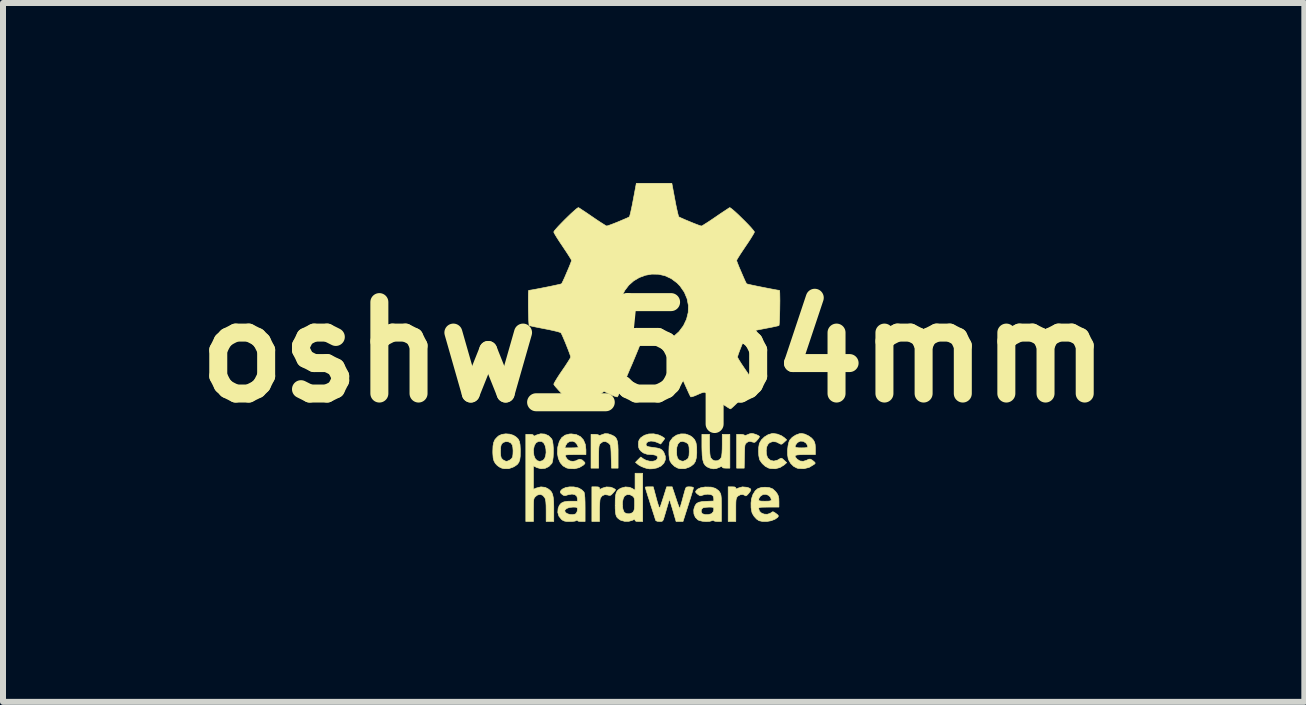
<source format=kicad_pcb>
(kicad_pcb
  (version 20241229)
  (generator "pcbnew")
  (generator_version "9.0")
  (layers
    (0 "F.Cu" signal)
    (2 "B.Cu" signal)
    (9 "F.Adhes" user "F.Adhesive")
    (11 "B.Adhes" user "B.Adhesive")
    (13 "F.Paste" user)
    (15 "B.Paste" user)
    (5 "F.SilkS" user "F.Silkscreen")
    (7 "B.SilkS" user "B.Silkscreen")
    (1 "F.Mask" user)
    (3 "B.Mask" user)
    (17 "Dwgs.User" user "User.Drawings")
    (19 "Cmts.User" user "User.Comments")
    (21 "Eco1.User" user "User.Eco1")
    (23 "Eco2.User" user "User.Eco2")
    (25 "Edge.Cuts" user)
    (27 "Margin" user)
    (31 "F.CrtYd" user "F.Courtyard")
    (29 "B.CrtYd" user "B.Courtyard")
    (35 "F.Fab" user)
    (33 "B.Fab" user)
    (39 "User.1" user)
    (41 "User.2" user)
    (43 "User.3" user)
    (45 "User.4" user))
  (footprint "oshw_5p4mm"
    (layer "F.Cu")
    (at 7.845 2.82)
    (property "Reference" "oshw_5p4mm" (at 0 0 0) (layer "F.SilkS") (effects (font (size 1.524 1.524) (thickness 0.3))))
    (attr through_hole)
    (fp_poly (pts (xy 1.347 2.246) (xy 1.366 2.256) (xy 1.369 2.265) (xy 1.372 2.278) (xy 1.385 2.277) (xy 1.41 2.265) (xy 1.479 2.245) (xy 1.555 2.252) (xy 1.578 2.259) (xy 1.61 2.274) (xy 1.62 2.293) (xy 1.609 2.32) (xy 1.581 2.357) (xy 1.553 2.386) (xy 1.535 2.395) (xy 1.522 2.388) (xy 1.488 2.372) (xy 1.445 2.376) (xy 1.406 2.397) (xy 1.399 2.403) (xy 1.387 2.418) (xy 1.379 2.436) (xy 1.373 2.462) (xy 1.37 2.502) (xy 1.369 2.56) (xy 1.369 2.629) (xy 1.369 2.822) (xy 1.242 2.822) (xy 1.242 2.244) (xy 1.305 2.244) (xy 1.347 2.246)) (stroke (width 0.01) (type solid)) (fill yes) (layer "F.SilkS"))
    (fp_poly (pts (xy -0.925 2.246) (xy -0.906 2.256) (xy -0.903 2.265) (xy -0.902 2.281) (xy -0.892 2.284) (xy -0.868 2.273) (xy -0.852 2.265) (xy -0.787 2.246) (xy -0.718 2.25) (xy -0.677 2.265) (xy -0.648 2.281) (xy -0.635 2.292) (xy -0.635 2.293) (xy -0.643 2.306) (xy -0.665 2.333) (xy -0.678 2.348) (xy -0.706 2.377) (xy -0.727 2.388) (xy -0.75 2.385) (xy -0.761 2.381) (xy -0.812 2.374) (xy -0.857 2.392) (xy -0.887 2.43) (xy -0.889 2.435) (xy -0.895 2.463) (xy -0.899 2.512) (xy -0.902 2.576) (xy -0.903 2.647) (xy -0.903 2.822) (xy -1.03 2.822) (xy -1.03 2.244) (xy -0.967 2.244) (xy -0.925 2.246)) (stroke (width 0.01) (type solid)) (fill yes) (layer "F.SilkS"))
    (fp_poly (pts (xy 1.667 1.36) (xy 1.705 1.372) (xy 1.74 1.387) (xy 1.761 1.402) (xy 1.764 1.407) (xy 1.756 1.425) (xy 1.735 1.454) (xy 1.725 1.465) (xy 1.699 1.494) (xy 1.678 1.504) (xy 1.652 1.499) (xy 1.639 1.495) (xy 1.603 1.486) (xy 1.576 1.492) (xy 1.554 1.506) (xy 1.54 1.518) (xy 1.529 1.531) (xy 1.522 1.55) (xy 1.518 1.581) (xy 1.516 1.628) (xy 1.514 1.695) (xy 1.513 1.734) (xy 1.509 1.933) (xy 1.383 1.933) (xy 1.383 1.369) (xy 1.445 1.369) (xy 1.484 1.372) (xy 1.509 1.38) (xy 1.513 1.384) (xy 1.528 1.389) (xy 1.56 1.377) (xy 1.599 1.361) (xy 1.634 1.355) (xy 1.667 1.36)) (stroke (width 0.01) (type solid)) (fill yes) (layer "F.SilkS"))
    (fp_poly (pts (xy 0.931 1.545) (xy 0.933 1.619) (xy 0.936 1.684) (xy 0.942 1.732) (xy 0.947 1.755) (xy 0.978 1.793) (xy 1.02 1.811) (xy 1.065 1.809) (xy 1.105 1.786) (xy 1.127 1.755) (xy 1.134 1.727) (xy 1.139 1.677) (xy 1.142 1.613) (xy 1.143 1.545) (xy 1.143 1.369) (xy 1.27 1.369) (xy 1.27 1.933) (xy 1.206 1.933) (xy 1.163 1.93) (xy 1.145 1.92) (xy 1.143 1.914) (xy 1.138 1.904) (xy 1.119 1.908) (xy 1.091 1.921) (xy 1.039 1.941) (xy 0.991 1.944) (xy 0.94 1.933) (xy 0.895 1.914) (xy 0.86 1.888) (xy 0.835 1.85) (xy 0.819 1.796) (xy 0.809 1.723) (xy 0.805 1.627) (xy 0.804 1.574) (xy 0.804 1.369) (xy 0.931 1.369) (xy 0.931 1.545)) (stroke (width 0.01) (type solid)) (fill yes) (layer "F.SilkS"))
    (fp_poly (pts (xy -0.759 1.36) (xy -0.696 1.382) (xy -0.66 1.401) (xy -0.634 1.422) (xy -0.616 1.452) (xy -0.603 1.493) (xy -0.596 1.549) (xy -0.593 1.627) (xy -0.593 1.714) (xy -0.593 1.933) (xy -0.702 1.933) (xy -0.708 1.741) (xy -0.71 1.664) (xy -0.713 1.61) (xy -0.717 1.574) (xy -0.723 1.55) (xy -0.733 1.534) (xy -0.748 1.52) (xy -0.754 1.514) (xy -0.8 1.489) (xy -0.846 1.492) (xy -0.889 1.522) (xy -0.893 1.526) (xy -0.903 1.542) (xy -0.91 1.566) (xy -0.914 1.601) (xy -0.916 1.654) (xy -0.917 1.73) (xy -0.917 1.744) (xy -0.917 1.933) (xy -1.044 1.933) (xy -1.044 1.369) (xy -0.982 1.369) (xy -0.943 1.372) (xy -0.918 1.38) (xy -0.915 1.384) (xy -0.9 1.389) (xy -0.868 1.377) (xy -0.814 1.358) (xy -0.759 1.36)) (stroke (width 0.01) (type solid)) (fill yes) (layer "F.SilkS"))
    (fp_poly (pts (xy 2.061 1.365) (xy 2.129 1.392) (xy 2.175 1.423) (xy 2.217 1.461) (xy 2.173 1.502) (xy 2.144 1.528) (xy 2.123 1.535) (xy 2.106 1.527) (xy 2.044 1.496) (xy 1.986 1.489) (xy 1.934 1.507) (xy 1.905 1.535) (xy 1.884 1.579) (xy 1.876 1.638) (xy 1.879 1.699) (xy 1.895 1.751) (xy 1.905 1.768) (xy 1.949 1.804) (xy 2.003 1.815) (xy 2.063 1.8) (xy 2.106 1.775) (xy 2.124 1.767) (xy 2.145 1.775) (xy 2.173 1.8) (xy 2.217 1.841) (xy 2.175 1.879) (xy 2.106 1.922) (xy 2.027 1.943) (xy 1.945 1.939) (xy 1.912 1.93) (xy 1.859 1.901) (xy 1.809 1.855) (xy 1.772 1.803) (xy 1.763 1.782) (xy 1.752 1.725) (xy 1.748 1.655) (xy 1.751 1.584) (xy 1.761 1.525) (xy 1.763 1.52) (xy 1.794 1.464) (xy 1.846 1.413) (xy 1.908 1.375) (xy 1.973 1.356) (xy 1.993 1.355) (xy 2.061 1.365)) (stroke (width 0.01) (type solid)) (fill yes) (layer "F.SilkS"))
    (fp_poly (pts (xy 0.528 1.363) (xy 0.601 1.388) (xy 0.648 1.42) (xy 0.683 1.459) (xy 0.706 1.511) (xy 0.717 1.58) (xy 0.718 1.671) (xy 0.718 1.683) (xy 0.711 1.761) (xy 0.696 1.819) (xy 0.67 1.861) (xy 0.629 1.895) (xy 0.592 1.916) (xy 0.519 1.942) (xy 0.445 1.942) (xy 0.404 1.933) (xy 0.349 1.904) (xy 0.3 1.857) (xy 0.274 1.818) (xy 0.262 1.777) (xy 0.255 1.712) (xy 0.254 1.651) (xy 0.254 1.648) (xy 0.381 1.648) (xy 0.385 1.718) (xy 0.397 1.765) (xy 0.421 1.794) (xy 0.442 1.806) (xy 0.474 1.817) (xy 0.498 1.816) (xy 0.53 1.802) (xy 0.535 1.8) (xy 0.564 1.781) (xy 0.581 1.758) (xy 0.59 1.722) (xy 0.593 1.666) (xy 0.593 1.651) (xy 0.591 1.591) (xy 0.584 1.551) (xy 0.569 1.525) (xy 0.542 1.506) (xy 0.535 1.502) (xy 0.482 1.486) (xy 0.438 1.495) (xy 0.406 1.528) (xy 0.386 1.584) (xy 0.381 1.648) (xy 0.254 1.648) (xy 0.257 1.57) (xy 0.265 1.511) (xy 0.274 1.484) (xy 0.32 1.423) (xy 0.382 1.382) (xy 0.453 1.362) (xy 0.528 1.363)) (stroke (width 0.01) (type solid)) (fill yes) (layer "F.SilkS"))
    (fp_poly (pts (xy -0.183 2.822) (xy -0.247 2.822) (xy -0.289 2.82) (xy -0.308 2.81) (xy -0.31 2.801) (xy -0.313 2.788) (xy -0.327 2.789) (xy -0.352 2.801) (xy -0.413 2.819) (xy -0.481 2.82) (xy -0.544 2.803) (xy -0.56 2.795) (xy -0.592 2.772) (xy -0.615 2.747) (xy -0.629 2.713) (xy -0.637 2.666) (xy -0.641 2.601) (xy -0.641 2.556) (xy -0.52 2.556) (xy -0.513 2.615) (xy -0.495 2.661) (xy -0.485 2.674) (xy -0.449 2.692) (xy -0.404 2.694) (xy -0.361 2.679) (xy -0.344 2.666) (xy -0.33 2.643) (xy -0.321 2.611) (xy -0.318 2.561) (xy -0.318 2.53) (xy -0.318 2.474) (xy -0.323 2.439) (xy -0.332 2.417) (xy -0.349 2.4) (xy -0.351 2.398) (xy -0.396 2.375) (xy -0.444 2.374) (xy -0.483 2.395) (xy -0.486 2.398) (xy -0.507 2.438) (xy -0.519 2.494) (xy -0.52 2.556) (xy -0.641 2.556) (xy -0.641 2.533) (xy -0.64 2.446) (xy -0.634 2.383) (xy -0.622 2.338) (xy -0.602 2.306) (xy -0.573 2.282) (xy -0.544 2.266) (xy -0.472 2.246) (xy -0.402 2.252) (xy -0.356 2.272) (xy -0.31 2.3) (xy -0.31 2.018) (xy -0.183 2.018) (xy -0.183 2.822)) (stroke (width 0.01) (type solid)) (fill yes) (layer "F.SilkS"))
    (fp_poly (pts (xy -2.4 1.366) (xy -2.341 1.384) (xy -2.33 1.39) (xy -2.286 1.419) (xy -2.256 1.451) (xy -2.237 1.49) (xy -2.227 1.543) (xy -2.223 1.615) (xy -2.223 1.651) (xy -2.224 1.734) (xy -2.232 1.794) (xy -2.248 1.838) (xy -2.274 1.872) (xy -2.314 1.9) (xy -2.343 1.916) (xy -2.417 1.942) (xy -2.49 1.942) (xy -2.531 1.933) (xy -2.571 1.914) (xy -2.607 1.888) (xy -2.64 1.852) (xy -2.662 1.812) (xy -2.675 1.763) (xy -2.68 1.698) (xy -2.681 1.677) (xy -2.553 1.677) (xy -2.549 1.728) (xy -2.54 1.764) (xy -2.539 1.766) (xy -2.512 1.794) (xy -2.472 1.815) (xy -2.451 1.819) (xy -2.432 1.814) (xy -2.401 1.8) (xy -2.4 1.8) (xy -2.369 1.775) (xy -2.351 1.747) (xy -2.345 1.7) (xy -2.343 1.643) (xy -2.347 1.588) (xy -2.355 1.548) (xy -2.382 1.512) (xy -2.423 1.493) (xy -2.469 1.491) (xy -2.512 1.507) (xy -2.539 1.537) (xy -2.548 1.57) (xy -2.553 1.62) (xy -2.553 1.677) (xy -2.681 1.677) (xy -2.681 1.647) (xy -2.678 1.564) (xy -2.666 1.503) (xy -2.644 1.455) (xy -2.607 1.415) (xy -2.578 1.391) (xy -2.529 1.37) (xy -2.466 1.361) (xy -2.4 1.366)) (stroke (width 0.01) (type solid)) (fill yes) (layer "F.SilkS"))
    (fp_poly (pts (xy -1.288 1.374) (xy -1.22 1.408) (xy -1.17 1.463) (xy -1.139 1.538) (xy -1.129 1.627) (xy -1.129 1.707) (xy -1.305 1.707) (xy -1.378 1.708) (xy -1.427 1.709) (xy -1.456 1.712) (xy -1.471 1.717) (xy -1.474 1.726) (xy -1.472 1.732) (xy -1.456 1.761) (xy -1.435 1.789) (xy -1.396 1.813) (xy -1.345 1.82) (xy -1.294 1.81) (xy -1.273 1.798) (xy -1.232 1.784) (xy -1.191 1.797) (xy -1.163 1.822) (xy -1.146 1.842) (xy -1.147 1.858) (xy -1.167 1.878) (xy -1.175 1.885) (xy -1.241 1.924) (xy -1.32 1.943) (xy -1.405 1.94) (xy -1.45 1.93) (xy -1.51 1.896) (xy -1.557 1.842) (xy -1.589 1.77) (xy -1.604 1.687) (xy -1.6 1.595) (xy -1.6 1.595) (xy -1.482 1.595) (xy -1.369 1.595) (xy -1.316 1.594) (xy -1.277 1.591) (xy -1.257 1.588) (xy -1.256 1.587) (xy -1.262 1.57) (xy -1.276 1.54) (xy -1.277 1.538) (xy -1.31 1.5) (xy -1.353 1.483) (xy -1.399 1.488) (xy -1.439 1.512) (xy -1.463 1.549) (xy -1.482 1.595) (xy -1.6 1.595) (xy -1.597 1.576) (xy -1.572 1.488) (xy -1.532 1.424) (xy -1.476 1.383) (xy -1.405 1.364) (xy -1.372 1.362) (xy -1.288 1.374)) (stroke (width 0.01) (type solid)) (fill yes) (layer "F.SilkS"))
    (fp_poly (pts (xy 0.082 1.379) (xy 0.131 1.401) (xy 0.163 1.421) (xy 0.182 1.435) (xy 0.183 1.438) (xy 0.175 1.454) (xy 0.155 1.481) (xy 0.15 1.489) (xy 0.116 1.531) (xy 0.065 1.506) (xy 0.006 1.486) (xy -0.047 1.481) (xy -0.091 1.491) (xy -0.12 1.513) (xy -0.127 1.539) (xy -0.124 1.556) (xy -0.11 1.568) (xy -0.081 1.577) (xy -0.031 1.585) (xy -0.006 1.588) (xy 0.061 1.598) (xy 0.107 1.611) (xy 0.138 1.63) (xy 0.162 1.658) (xy 0.169 1.668) (xy 0.194 1.733) (xy 0.194 1.795) (xy 0.169 1.852) (xy 0.123 1.897) (xy 0.058 1.928) (xy 0.041 1.932) (xy -0.02 1.943) (xy -0.068 1.945) (xy -0.116 1.937) (xy -0.155 1.925) (xy -0.205 1.905) (xy -0.251 1.879) (xy -0.261 1.871) (xy -0.303 1.836) (xy -0.259 1.791) (xy -0.215 1.747) (xy -0.172 1.778) (xy -0.124 1.803) (xy -0.068 1.817) (xy -0.014 1.818) (xy 0.03 1.807) (xy 0.043 1.799) (xy 0.066 1.767) (xy 0.063 1.739) (xy 0.037 1.719) (xy -0.011 1.708) (xy -0.033 1.707) (xy -0.111 1.701) (xy -0.171 1.68) (xy -0.213 1.648) (xy -0.239 1.616) (xy -0.251 1.583) (xy -0.254 1.536) (xy -0.251 1.488) (xy -0.238 1.455) (xy -0.214 1.425) (xy -0.154 1.385) (xy -0.081 1.363) (xy 0.000491 1.361) (xy 0.082 1.379)) (stroke (width 0.01) (type solid)) (fill yes) (layer "F.SilkS"))
    (fp_poly (pts (xy 2.518 1.365) (xy 2.578 1.393) (xy 2.632 1.431) (xy 2.663 1.466) (xy 2.682 1.501) (xy 2.692 1.542) (xy 2.695 1.598) (xy 2.695 1.611) (xy 2.695 1.707) (xy 2.526 1.707) (xy 2.448 1.708) (xy 2.395 1.712) (xy 2.366 1.719) (xy 2.356 1.732) (xy 2.365 1.752) (xy 2.389 1.78) (xy 2.391 1.783) (xy 2.437 1.813) (xy 2.492 1.819) (xy 2.549 1.802) (xy 2.554 1.799) (xy 2.588 1.783) (xy 2.613 1.783) (xy 2.643 1.8) (xy 2.66 1.813) (xy 2.686 1.836) (xy 2.693 1.85) (xy 2.681 1.864) (xy 2.674 1.87) (xy 2.592 1.92) (xy 2.504 1.942) (xy 2.414 1.938) (xy 2.389 1.932) (xy 2.333 1.903) (xy 2.284 1.854) (xy 2.249 1.794) (xy 2.242 1.774) (xy 2.232 1.708) (xy 2.231 1.634) (xy 2.238 1.575) (xy 2.357 1.575) (xy 2.374 1.588) (xy 2.414 1.594) (xy 2.462 1.595) (xy 2.517 1.594) (xy 2.549 1.59) (xy 2.565 1.583) (xy 2.568 1.571) (xy 2.559 1.544) (xy 2.538 1.514) (xy 2.495 1.486) (xy 2.447 1.482) (xy 2.403 1.502) (xy 2.386 1.519) (xy 2.362 1.553) (xy 2.357 1.575) (xy 2.238 1.575) (xy 2.24 1.559) (xy 2.255 1.495) (xy 2.27 1.463) (xy 2.311 1.418) (xy 2.369 1.381) (xy 2.431 1.358) (xy 2.464 1.355) (xy 2.518 1.365)) (stroke (width 0.01) (type solid)) (fill yes) (layer "F.SilkS"))
    (fp_poly (pts (xy 1.928 2.257) (xy 1.984 2.279) (xy 2.03 2.321) (xy 2.057 2.356) (xy 2.076 2.393) (xy 2.086 2.437) (xy 2.088 2.493) (xy 2.088 2.582) (xy 1.919 2.582) (xy 1.847 2.583) (xy 1.799 2.584) (xy 1.77 2.588) (xy 1.755 2.594) (xy 1.75 2.603) (xy 1.75 2.607) (xy 1.763 2.65) (xy 1.796 2.681) (xy 1.841 2.699) (xy 1.892 2.702) (xy 1.941 2.687) (xy 1.964 2.671) (xy 1.981 2.66) (xy 2 2.663) (xy 2.028 2.681) (xy 2.039 2.689) (xy 2.069 2.713) (xy 2.079 2.729) (xy 2.073 2.744) (xy 2.066 2.753) (xy 2.021 2.785) (xy 1.958 2.809) (xy 1.887 2.822) (xy 1.817 2.822) (xy 1.757 2.809) (xy 1.757 2.809) (xy 1.715 2.781) (xy 1.674 2.736) (xy 1.644 2.686) (xy 1.637 2.666) (xy 1.624 2.592) (xy 1.623 2.511) (xy 1.63 2.459) (xy 1.75 2.459) (xy 1.754 2.472) (xy 1.768 2.479) (xy 1.799 2.483) (xy 1.852 2.484) (xy 1.856 2.484) (xy 1.91 2.483) (xy 1.942 2.479) (xy 1.957 2.472) (xy 1.961 2.46) (xy 1.961 2.459) (xy 1.948 2.418) (xy 1.915 2.386) (xy 1.871 2.369) (xy 1.825 2.372) (xy 1.822 2.373) (xy 1.78 2.399) (xy 1.754 2.438) (xy 1.75 2.459) (xy 1.63 2.459) (xy 1.634 2.433) (xy 1.655 2.371) (xy 1.693 2.31) (xy 1.738 2.273) (xy 1.796 2.255) (xy 1.856 2.251) (xy 1.928 2.257)) (stroke (width 0.01) (type solid)) (fill yes) (layer "F.SilkS"))
    (fp_poly (pts (xy -1.33 2.246) (xy -1.263 2.26) (xy -1.238 2.27) (xy -1.197 2.296) (xy -1.167 2.325) (xy -1.159 2.336) (xy -1.153 2.366) (xy -1.147 2.421) (xy -1.144 2.498) (xy -1.143 2.594) (xy -1.143 2.597) (xy -1.143 2.822) (xy -1.206 2.822) (xy -1.249 2.819) (xy -1.269 2.809) (xy -1.27 2.805) (xy -1.274 2.795) (xy -1.287 2.805) (xy -1.31 2.815) (xy -1.354 2.821) (xy -1.399 2.822) (xy -1.454 2.821) (xy -1.49 2.814) (xy -1.519 2.8) (xy -1.537 2.786) (xy -1.579 2.734) (xy -1.598 2.671) (xy -1.596 2.646) (xy -1.482 2.646) (xy -1.469 2.673) (xy -1.437 2.693) (xy -1.394 2.706) (xy -1.349 2.708) (xy -1.309 2.699) (xy -1.292 2.687) (xy -1.276 2.657) (xy -1.27 2.624) (xy -1.271 2.6) (xy -1.281 2.587) (xy -1.305 2.583) (xy -1.344 2.582) (xy -1.404 2.588) (xy -1.45 2.605) (xy -1.477 2.629) (xy -1.482 2.646) (xy -1.596 2.646) (xy -1.593 2.607) (xy -1.572 2.553) (xy -1.541 2.517) (xy -1.496 2.495) (xy -1.431 2.485) (xy -1.38 2.484) (xy -1.27 2.484) (xy -1.27 2.443) (xy -1.281 2.4) (xy -1.313 2.374) (xy -1.361 2.365) (xy -1.422 2.375) (xy -1.432 2.378) (xy -1.47 2.39) (xy -1.495 2.389) (xy -1.519 2.376) (xy -1.524 2.372) (xy -1.553 2.344) (xy -1.555 2.318) (xy -1.53 2.289) (xy -1.52 2.281) (xy -1.469 2.257) (xy -1.402 2.245) (xy -1.33 2.246)) (stroke (width 0.01) (type solid)) (fill yes) (layer "F.SilkS"))
    (fp_poly (pts (xy 0.958 2.249) (xy 1.03 2.27) (xy 1.083 2.309) (xy 1.097 2.327) (xy 1.109 2.347) (xy 1.118 2.368) (xy 1.123 2.394) (xy 1.127 2.432) (xy 1.128 2.486) (xy 1.129 2.562) (xy 1.129 2.599) (xy 1.129 2.822) (xy 1.065 2.822) (xy 1.028 2.819) (xy 1.005 2.812) (xy 1.002 2.808) (xy 0.993 2.8) (xy 0.975 2.808) (xy 0.932 2.82) (xy 0.875 2.823) (xy 0.813 2.818) (xy 0.76 2.805) (xy 0.738 2.795) (xy 0.695 2.753) (xy 0.671 2.696) (xy 0.669 2.656) (xy 0.792 2.656) (xy 0.805 2.687) (xy 0.815 2.694) (xy 0.858 2.707) (xy 0.911 2.707) (xy 0.958 2.694) (xy 0.971 2.687) (xy 0.997 2.653) (xy 1.002 2.624) (xy 1.001 2.6) (xy 0.992 2.588) (xy 0.969 2.583) (xy 0.925 2.582) (xy 0.923 2.582) (xy 0.874 2.585) (xy 0.834 2.591) (xy 0.818 2.597) (xy 0.796 2.622) (xy 0.792 2.656) (xy 0.669 2.656) (xy 0.668 2.63) (xy 0.675 2.599) (xy 0.693 2.552) (xy 0.717 2.521) (xy 0.754 2.501) (xy 0.808 2.49) (xy 0.876 2.486) (xy 1.002 2.481) (xy 1.002 2.442) (xy 0.995 2.406) (xy 0.98 2.385) (xy 0.948 2.372) (xy 0.901 2.367) (xy 0.852 2.372) (xy 0.812 2.384) (xy 0.787 2.394) (xy 0.763 2.388) (xy 0.735 2.369) (xy 0.705 2.343) (xy 0.699 2.321) (xy 0.717 2.297) (xy 0.738 2.28) (xy 0.786 2.259) (xy 0.856 2.247) (xy 0.864 2.247) (xy 0.958 2.249)) (stroke (width 0.01) (type solid)) (fill yes) (layer "F.SilkS"))
    (fp_poly (pts (xy 0.042 2.427) (xy 0.06 2.493) (xy 0.077 2.547) (xy 0.09 2.584) (xy 0.098 2.6) (xy 0.099 2.6) (xy 0.107 2.583) (xy 0.121 2.545) (xy 0.139 2.49) (xy 0.16 2.425) (xy 0.163 2.417) (xy 0.217 2.244) (xy 0.308 2.244) (xy 0.369 2.427) (xy 0.391 2.493) (xy 0.41 2.547) (xy 0.425 2.586) (xy 0.433 2.604) (xy 0.434 2.604) (xy 0.44 2.59) (xy 0.452 2.552) (xy 0.47 2.49) (xy 0.494 2.401) (xy 0.523 2.297) (xy 0.534 2.264) (xy 0.549 2.248) (xy 0.577 2.244) (xy 0.6 2.244) (xy 0.64 2.247) (xy 0.661 2.255) (xy 0.663 2.259) (xy 0.659 2.277) (xy 0.648 2.317) (xy 0.63 2.376) (xy 0.608 2.448) (xy 0.582 2.53) (xy 0.576 2.549) (xy 0.489 2.822) (xy 0.431 2.822) (xy 0.374 2.822) (xy 0.348 2.734) (xy 0.33 2.671) (xy 0.309 2.6) (xy 0.293 2.548) (xy 0.264 2.45) (xy 0.23 2.562) (xy 0.211 2.627) (xy 0.192 2.692) (xy 0.176 2.744) (xy 0.175 2.748) (xy 0.162 2.791) (xy 0.149 2.813) (xy 0.13 2.821) (xy 0.097 2.822) (xy 0.097 2.822) (xy 0.059 2.818) (xy 0.037 2.808) (xy 0.035 2.805) (xy 0.027 2.783) (xy 0.014 2.74) (xy -0.005 2.683) (xy -0.027 2.614) (xy -0.051 2.54) (xy -0.074 2.465) (xy -0.097 2.395) (xy -0.116 2.333) (xy -0.131 2.285) (xy -0.139 2.256) (xy -0.141 2.25) (xy -0.128 2.246) (xy -0.096 2.244) (xy -0.074 2.244) (xy -0.007 2.244) (xy 0.042 2.427)) (stroke (width 0.01) (type solid)) (fill yes) (layer "F.SilkS"))
    (fp_poly (pts (xy -1.814 1.365) (xy -1.751 1.393) (xy -1.701 1.444) (xy -1.698 1.448) (xy -1.685 1.483) (xy -1.677 1.539) (xy -1.672 1.606) (xy -1.672 1.679) (xy -1.675 1.748) (xy -1.683 1.807) (xy -1.694 1.848) (xy -1.698 1.854) (xy -1.747 1.906) (xy -1.809 1.936) (xy -1.878 1.943) (xy -1.946 1.924) (xy -1.951 1.922) (xy -2.004 1.894) (xy -2.004 2.285) (xy -1.955 2.264) (xy -1.879 2.245) (xy -1.809 2.253) (xy -1.762 2.276) (xy -1.728 2.302) (xy -1.702 2.332) (xy -1.685 2.37) (xy -1.674 2.42) (xy -1.667 2.488) (xy -1.665 2.578) (xy -1.665 2.614) (xy -1.665 2.822) (xy -1.792 2.822) (xy -1.792 2.645) (xy -1.793 2.557) (xy -1.797 2.494) (xy -1.805 2.451) (xy -1.813 2.428) (xy -1.847 2.387) (xy -1.889 2.37) (xy -1.935 2.38) (xy -1.969 2.405) (xy -1.983 2.421) (xy -1.993 2.437) (xy -1.999 2.46) (xy -2.002 2.495) (xy -2.003 2.547) (xy -2.004 2.621) (xy -2.004 2.631) (xy -2.004 2.822) (xy -2.131 2.822) (xy -2.131 1.65) (xy -2.004 1.65) (xy -1.996 1.721) (xy -1.974 1.775) (xy -1.94 1.809) (xy -1.898 1.82) (xy -1.849 1.807) (xy -1.819 1.777) (xy -1.801 1.73) (xy -1.793 1.673) (xy -1.796 1.613) (xy -1.809 1.558) (xy -1.831 1.515) (xy -1.862 1.49) (xy -1.868 1.488) (xy -1.919 1.487) (xy -1.96 1.51) (xy -1.989 1.556) (xy -2.003 1.622) (xy -2.004 1.65) (xy -2.131 1.65) (xy -2.131 1.369) (xy -2.067 1.369) (xy -2.024 1.372) (xy -2.005 1.382) (xy -2.004 1.388) (xy -1.998 1.398) (xy -1.979 1.394) (xy -1.951 1.38) (xy -1.883 1.36) (xy -1.814 1.365)) (stroke (width 0.01) (type solid)) (fill yes) (layer "F.SilkS"))
    (fp_poly (pts (xy 0.354 -2.543) (xy 0.37 -2.458) (xy 0.386 -2.383) (xy 0.4 -2.321) (xy 0.411 -2.278) (xy 0.418 -2.258) (xy 0.418 -2.257) (xy 0.436 -2.247) (xy 0.474 -2.23) (xy 0.526 -2.207) (xy 0.586 -2.182) (xy 0.649 -2.156) (xy 0.707 -2.133) (xy 0.755 -2.115) (xy 0.788 -2.104) (xy 0.797 -2.103) (xy 0.813 -2.11) (xy 0.848 -2.132) (xy 0.899 -2.164) (xy 0.961 -2.205) (xy 1.03 -2.252) (xy 1.03 -2.252) (xy 1.1 -2.3) (xy 1.163 -2.342) (xy 1.215 -2.376) (xy 1.251 -2.4) (xy 1.268 -2.41) (xy 1.283 -2.402) (xy 1.314 -2.378) (xy 1.357 -2.341) (xy 1.408 -2.294) (xy 1.463 -2.24) (xy 1.519 -2.185) (xy 1.572 -2.131) (xy 1.618 -2.082) (xy 1.653 -2.041) (xy 1.675 -2.013) (xy 1.679 -2.003) (xy 1.672 -1.985) (xy 1.65 -1.948) (xy 1.618 -1.895) (xy 1.577 -1.832) (xy 1.531 -1.764) (xy 1.484 -1.694) (xy 1.443 -1.632) (xy 1.411 -1.581) (xy 1.39 -1.546) (xy 1.383 -1.529) (xy 1.388 -1.51) (xy 1.403 -1.471) (xy 1.424 -1.418) (xy 1.45 -1.358) (xy 1.477 -1.295) (xy 1.503 -1.235) (xy 1.525 -1.186) (xy 1.542 -1.152) (xy 1.549 -1.14) (xy 1.565 -1.135) (xy 1.603 -1.126) (xy 1.658 -1.114) (xy 1.725 -1.1) (xy 1.8 -1.085) (xy 1.876 -1.07) (xy 1.948 -1.056) (xy 2.012 -1.044) (xy 2.061 -1.035) (xy 2.092 -1.031) (xy 2.097 -1.03) (xy 2.1 -1.017) (xy 2.102 -0.98) (xy 2.103 -0.926) (xy 2.104 -0.858) (xy 2.103 -0.783) (xy 2.102 -0.704) (xy 2.1 -0.628) (xy 2.098 -0.559) (xy 2.095 -0.502) (xy 2.092 -0.462) (xy 2.089 -0.445) (xy 2.089 -0.445) (xy 2.071 -0.439) (xy 2.03 -0.43) (xy 1.971 -0.417) (xy 1.898 -0.403) (xy 1.826 -0.389) (xy 1.744 -0.373) (xy 1.671 -0.357) (xy 1.613 -0.342) (xy 1.575 -0.33) (xy 1.56 -0.323) (xy 1.549 -0.303) (xy 1.53 -0.263) (xy 1.506 -0.208) (xy 1.48 -0.145) (xy 1.454 -0.08) (xy 1.43 -0.019) (xy 1.411 0.033) (xy 1.4 0.069) (xy 1.397 0.082) (xy 1.405 0.099) (xy 1.426 0.136) (xy 1.458 0.187) (xy 1.499 0.248) (xy 1.538 0.305) (xy 1.584 0.373) (xy 1.624 0.434) (xy 1.655 0.485) (xy 1.674 0.52) (xy 1.679 0.534) (xy 1.67 0.55) (xy 1.644 0.581) (xy 1.605 0.625) (xy 1.557 0.676) (xy 1.503 0.732) (xy 1.448 0.789) (xy 1.395 0.842) (xy 1.348 0.887) (xy 1.31 0.922) (xy 1.286 0.942) (xy 1.279 0.945) (xy 1.264 0.938) (xy 1.23 0.917) (xy 1.181 0.885) (xy 1.121 0.845) (xy 1.071 0.811) (xy 1.005 0.766) (xy 0.945 0.726) (xy 0.897 0.694) (xy 0.864 0.674) (xy 0.852 0.668) (xy 0.829 0.669) (xy 0.789 0.682) (xy 0.74 0.703) (xy 0.734 0.706) (xy 0.685 0.727) (xy 0.644 0.741) (xy 0.62 0.745) (xy 0.618 0.744) (xy 0.61 0.731) (xy 0.592 0.695) (xy 0.567 0.64) (xy 0.535 0.569) (xy 0.499 0.488) (xy 0.46 0.398) (xy 0.42 0.304) (xy 0.379 0.209) (xy 0.341 0.117) (xy 0.305 0.032) (xy 0.274 -0.043) (xy 0.25 -0.104) (xy 0.233 -0.148) (xy 0.226 -0.171) (xy 0.226 -0.172) (xy 0.236 -0.184) (xy 0.265 -0.208) (xy 0.305 -0.24) (xy 0.324 -0.254) (xy 0.422 -0.342) (xy 0.497 -0.442) (xy 0.548 -0.55) (xy 0.576 -0.663) (xy 0.579 -0.778) (xy 0.557 -0.891) (xy 0.511 -1) (xy 0.44 -1.102) (xy 0.389 -1.155) (xy 0.292 -1.227) (xy 0.187 -1.275) (xy 0.079 -1.299) (xy -0.031 -1.301) (xy -0.138 -1.282) (xy -0.24 -1.244) (xy -0.334 -1.188) (xy -0.415 -1.116) (xy -0.482 -1.028) (xy -0.531 -0.927) (xy -0.559 -0.813) (xy -0.564 -0.734) (xy -0.551 -0.608) (xy -0.511 -0.491) (xy -0.446 -0.384) (xy -0.354 -0.289) (xy -0.31 -0.254) (xy -0.266 -0.22) (xy -0.232 -0.192) (xy -0.213 -0.175) (xy -0.212 -0.172) (xy -0.217 -0.153) (xy -0.232 -0.113) (xy -0.255 -0.055) (xy -0.285 0.018) (xy -0.32 0.102) (xy -0.358 0.193) (xy -0.399 0.287) (xy -0.439 0.382) (xy -0.479 0.473) (xy -0.515 0.556) (xy -0.548 0.629) (xy -0.574 0.686) (xy -0.594 0.726) (xy -0.604 0.744) (xy -0.604 0.745) (xy -0.626 0.742) (xy -0.665 0.729) (xy -0.713 0.708) (xy -0.725 0.703) (xy -0.826 0.653) (xy -1.039 0.799) (xy -1.108 0.846) (xy -1.169 0.886) (xy -1.218 0.918) (xy -1.251 0.938) (xy -1.265 0.945) (xy -1.279 0.936) (xy -1.308 0.909) (xy -1.352 0.869) (xy -1.405 0.817) (xy -1.465 0.758) (xy -1.471 0.751) (xy -1.531 0.69) (xy -1.584 0.634) (xy -1.626 0.587) (xy -1.654 0.553) (xy -1.665 0.534) (xy -1.665 0.534) (xy -1.657 0.515) (xy -1.636 0.477) (xy -1.604 0.425) (xy -1.563 0.362) (xy -1.524 0.305) (xy -1.478 0.238) (xy -1.439 0.178) (xy -1.408 0.129) (xy -1.388 0.095) (xy -1.383 0.082) (xy -1.388 0.06) (xy -1.402 0.019) (xy -1.423 -0.037) (xy -1.448 -0.1) (xy -1.474 -0.165) (xy -1.5 -0.226) (xy -1.522 -0.277) (xy -1.539 -0.312) (xy -1.546 -0.323) (xy -1.566 -0.332) (xy -1.608 -0.345) (xy -1.669 -0.359) (xy -1.744 -0.376) (xy -1.812 -0.389) (xy -1.893 -0.405) (xy -1.964 -0.419) (xy -2.022 -0.431) (xy -2.06 -0.44) (xy -2.074 -0.445) (xy -2.078 -0.46) (xy -2.081 -0.498) (xy -2.084 -0.553) (xy -2.086 -0.622) (xy -2.088 -0.698) (xy -2.089 -0.776) (xy -2.089 -0.852) (xy -2.089 -0.921) (xy -2.088 -0.976) (xy -2.086 -1.015) (xy -2.084 -1.03) (xy -2.083 -1.03) (xy -2.061 -1.033) (xy -2.018 -1.04) (xy -1.959 -1.051) (xy -1.89 -1.064) (xy -1.815 -1.079) (xy -1.739 -1.094) (xy -1.668 -1.109) (xy -1.608 -1.122) (xy -1.563 -1.132) (xy -1.538 -1.139) (xy -1.535 -1.14) (xy -1.525 -1.158) (xy -1.507 -1.195) (xy -1.483 -1.247) (xy -1.457 -1.308) (xy -1.43 -1.371) (xy -1.405 -1.43) (xy -1.385 -1.481) (xy -1.372 -1.516) (xy -1.369 -1.529) (xy -1.376 -1.546) (xy -1.398 -1.582) (xy -1.43 -1.633) (xy -1.471 -1.695) (xy -1.517 -1.764) (xy -1.564 -1.834) (xy -1.605 -1.897) (xy -1.637 -1.949) (xy -1.658 -1.986) (xy -1.665 -2.003) (xy -1.656 -2.021) (xy -1.629 -2.053) (xy -1.59 -2.097) (xy -1.541 -2.148) (xy -1.487 -2.203) (xy -1.431 -2.258) (xy -1.377 -2.31) (xy -1.328 -2.354) (xy -1.289 -2.388) (xy -1.262 -2.407) (xy -1.254 -2.41) (xy -1.236 -2.4) (xy -1.2 -2.376) (xy -1.148 -2.342) (xy -1.086 -2.3) (xy -1.016 -2.252) (xy -0.947 -2.205) (xy -0.885 -2.164) (xy -0.834 -2.132) (xy -0.799 -2.11) (xy -0.783 -2.103) (xy -0.783 -2.103) (xy -0.763 -2.108) (xy -0.723 -2.122) (xy -0.67 -2.142) (xy -0.609 -2.166) (xy -0.547 -2.192) (xy -0.489 -2.217) (xy -0.442 -2.237) (xy -0.412 -2.252) (xy -0.404 -2.257) (xy -0.398 -2.275) (xy -0.387 -2.315) (xy -0.374 -2.375) (xy -0.358 -2.449) (xy -0.342 -2.533) (xy -0.34 -2.543) (xy -0.289 -2.815) (xy 0.303 -2.815) (xy 0.354 -2.543)) (stroke (width 0.01) (type solid)) (fill yes) (layer "F.SilkS")))
  (gr_rect
    (start -3 -3)
    (end 18.69 8.648)
    (stroke (width 0.1) (type default))
    (fill no)
    (layer "Edge.Cuts")))
</source>
